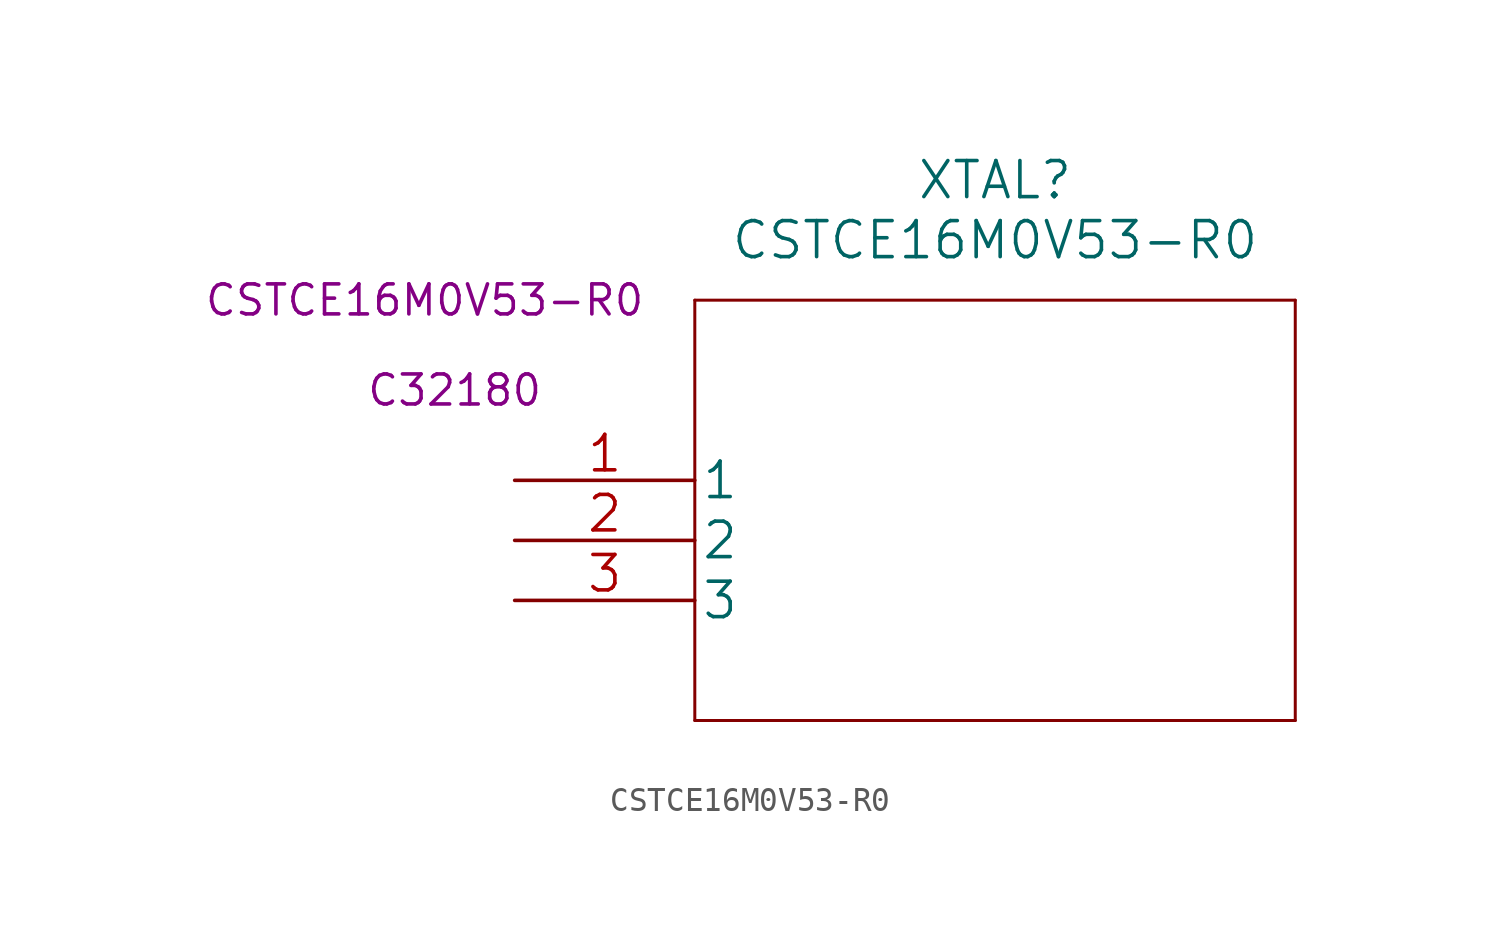
<source format=kicad_sym>
(kicad_symbol_lib
  (version 20211014)
  (generator kicad_symbol_editor)
  (symbol "CSTCE16M0V53-R0"
    (pin_names
      (offset 0.254))
    (property "Reference" "XTAL"
      (at 20.32 12.7 0)
      (effects (font (size 1.524 1.524))))
    (property "Value" "CSTCE16M0V53-R0"
      (at 20.32 10.16 0)
      (effects (font (size 1.524 1.524))))
    (property "Datasheet" ""
      (at 0 0 0)
      (effects (font (size 1.524 1.524))))
    (property "MFR" "CSTCE16M0V53-R0"
      (at -3.81 7.62 0)
      (effects (font (size 1.27 1.27))))
    (property "JLCPCB Part" "C32180"
      (at -2.54 3.81 0)
      (effects (font (size 1.27 1.27))))
    (symbol "CSTCE16M0V53-R0_1_1"
      (polyline (pts (xy 7.62 -10.16) (xy 33.02 -10.16)) (stroke (width 0.127) (type default) (color 0 0 0 0)) (fill (type none)))
      (polyline (pts (xy 7.62 7.62) (xy 7.62 -10.16)) (stroke (width 0.127) (type default) (color 0 0 0 0)) (fill (type none)))
      (polyline (pts (xy 33.02 -10.16) (xy 33.02 7.62)) (stroke (width 0.127) (type default) (color 0 0 0 0)) (fill (type none)))
      (polyline (pts (xy 33.02 7.62) (xy 7.62 7.62)) (stroke (width 0.127) (type default) (color 0 0 0 0)) (fill (type none)))
      (pin unspecified line (at 0 0 0) (length 7.62) (name "1" (effects (font (size 1.499 1.499)))) (number "1" (effects (font (size 1.499 1.499)))))
      (pin unspecified line (at 0 -2.54 0) (length 7.62) (name "2" (effects (font (size 1.499 1.499)))) (number "2" (effects (font (size 1.499 1.499)))))
      (pin unspecified line (at 0 -5.08 0) (length 7.62) (name "3" (effects (font (size 1.499 1.499)))) (number "3" (effects (font (size 1.499 1.499))))))))
</source>
